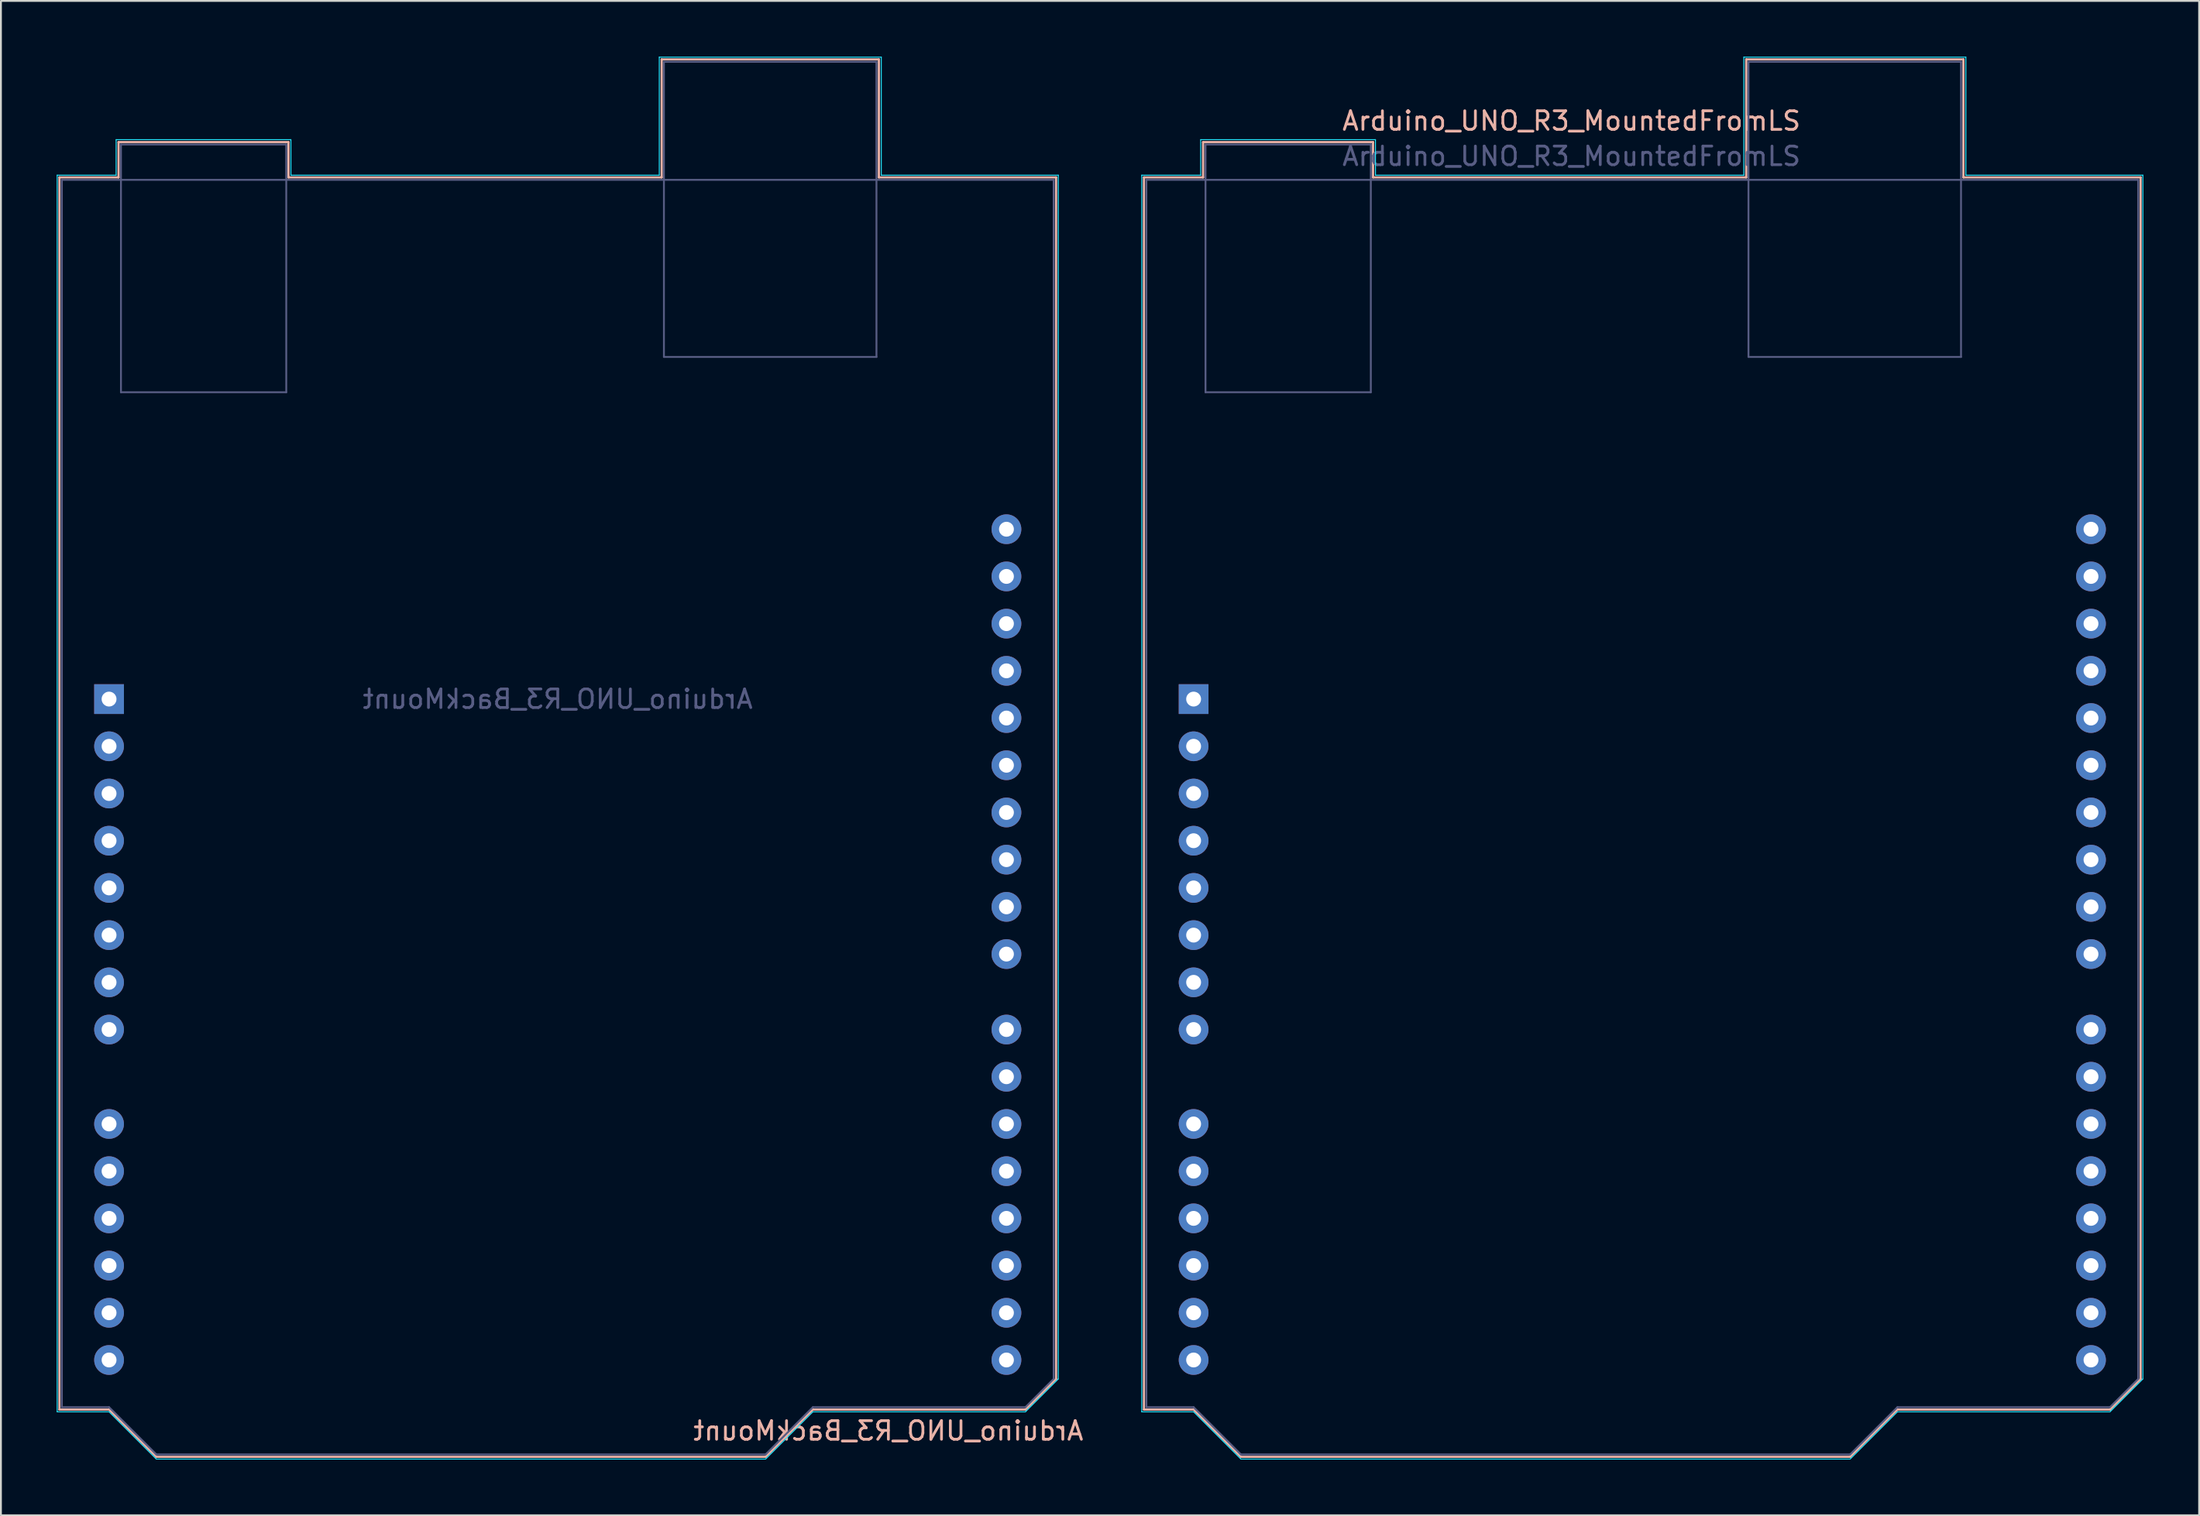
<source format=kicad_pcb>
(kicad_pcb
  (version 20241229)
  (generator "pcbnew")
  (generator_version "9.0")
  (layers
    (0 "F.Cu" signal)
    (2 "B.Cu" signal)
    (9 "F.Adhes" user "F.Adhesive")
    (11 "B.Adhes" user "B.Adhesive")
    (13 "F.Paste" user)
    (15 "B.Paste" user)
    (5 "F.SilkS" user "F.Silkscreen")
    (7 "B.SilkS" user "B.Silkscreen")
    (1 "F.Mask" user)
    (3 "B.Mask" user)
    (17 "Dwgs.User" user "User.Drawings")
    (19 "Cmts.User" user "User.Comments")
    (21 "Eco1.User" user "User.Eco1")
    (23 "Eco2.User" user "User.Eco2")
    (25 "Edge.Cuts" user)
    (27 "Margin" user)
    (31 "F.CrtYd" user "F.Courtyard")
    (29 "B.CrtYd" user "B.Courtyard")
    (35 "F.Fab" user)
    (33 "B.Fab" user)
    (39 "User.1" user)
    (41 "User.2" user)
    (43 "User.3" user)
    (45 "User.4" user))
  (footprint "Arduino_UNO_R3_BackMount"
    (layer "F.Cu")
    (at 2.815 34.565)
    (property "Reference" "Arduino_UNO_R3_BackMount" (at 41.91 39.37 0) (layer "B.SilkS") (effects (font (size 1 1) (thickness 0.15)) (justify mirror)))
    (attr through_hole)
    (fp_line (start -2.67 -28.07) (end 0.51 -28.07) (stroke (width 0.12) (type solid)) (layer "B.SilkS"))
    (fp_line (start -2.67 38.23) (end -2.67 -28.07) (stroke (width 0.12) (type solid)) (layer "B.SilkS"))
    (fp_line (start 0 38.23) (end -2.67 38.23) (stroke (width 0.12) (type solid)) (layer "B.SilkS"))
    (fp_line (start 0.51 -29.97) (end 9.65 -29.97) (stroke (width 0.12) (type solid)) (layer "B.SilkS"))
    (fp_line (start 0.51 -28.07) (end 0.51 -29.97) (stroke (width 0.12) (type solid)) (layer "B.SilkS"))
    (fp_line (start 2.54 40.77) (end 0 38.23) (stroke (width 0.12) (type solid)) (layer "B.SilkS"))
    (fp_line (start 9.65 -29.97) (end 9.65 -28.07) (stroke (width 0.12) (type solid)) (layer "B.SilkS"))
    (fp_line (start 9.65 -28.07) (end 29.72 -28.07) (stroke (width 0.12) (type solid)) (layer "B.SilkS"))
    (fp_line (start 29.72 -34.42) (end 41.4 -34.42) (stroke (width 0.12) (type solid)) (layer "B.SilkS"))
    (fp_line (start 29.72 -28.07) (end 29.72 -34.42) (stroke (width 0.12) (type solid)) (layer "B.SilkS"))
    (fp_line (start 35.31 40.77) (end 2.54 40.77) (stroke (width 0.12) (type solid)) (layer "B.SilkS"))
    (fp_line (start 37.85 38.23) (end 35.31 40.77) (stroke (width 0.12) (type solid)) (layer "B.SilkS"))
    (fp_line (start 41.4 -34.42) (end 41.4 -28.07) (stroke (width 0.12) (type solid)) (layer "B.SilkS"))
    (fp_line (start 41.4 -28.07) (end 50.93 -28.07) (stroke (width 0.12) (type solid)) (layer "B.SilkS"))
    (fp_line (start 49.28 38.23) (end 37.85 38.23) (stroke (width 0.12) (type solid)) (layer "B.SilkS"))
    (fp_line (start 50.93 -28.07) (end 50.93 36.58) (stroke (width 0.12) (type solid)) (layer "B.SilkS"))
    (fp_line (start 50.93 36.58) (end 49.28 38.23) (stroke (width 0.12) (type solid)) (layer "B.SilkS"))
    (fp_line (start -2.79 -28.19) (end -2.79 38.35) (stroke (width 0.05) (type solid)) (layer "B.CrtYd"))
    (fp_line (start -2.79 38.35) (end 0 38.35) (stroke (width 0.05) (type solid)) (layer "B.CrtYd"))
    (fp_line (start 0 38.35) (end 2.54 40.89) (stroke (width 0.05) (type solid)) (layer "B.CrtYd"))
    (fp_line (start 0.38 -30.1) (end 0.38 -28.19) (stroke (width 0.05) (type solid)) (layer "B.CrtYd"))
    (fp_line (start 0.38 -28.19) (end -2.79 -28.19) (stroke (width 0.05) (type solid)) (layer "B.CrtYd"))
    (fp_line (start 2.54 40.89) (end 35.31 40.89) (stroke (width 0.05) (type solid)) (layer "B.CrtYd"))
    (fp_line (start 9.78 -30.1) (end 0.38 -30.1) (stroke (width 0.05) (type solid)) (layer "B.CrtYd"))
    (fp_line (start 9.78 -28.19) (end 9.78 -30.1) (stroke (width 0.05) (type solid)) (layer "B.CrtYd"))
    (fp_line (start 29.59 -34.54) (end 29.59 -28.19) (stroke (width 0.05) (type solid)) (layer "B.CrtYd"))
    (fp_line (start 29.59 -28.19) (end 9.78 -28.19) (stroke (width 0.05) (type solid)) (layer "B.CrtYd"))
    (fp_line (start 35.31 40.89) (end 37.85 38.35) (stroke (width 0.05) (type solid)) (layer "B.CrtYd"))
    (fp_line (start 37.85 38.35) (end 49.28 38.35) (stroke (width 0.05) (type solid)) (layer "B.CrtYd"))
    (fp_line (start 41.53 -34.54) (end 29.59 -34.54) (stroke (width 0.05) (type solid)) (layer "B.CrtYd"))
    (fp_line (start 41.53 -28.19) (end 41.53 -34.54) (stroke (width 0.05) (type solid)) (layer "B.CrtYd"))
    (fp_line (start 49.28 38.35) (end 51.05 36.58) (stroke (width 0.05) (type solid)) (layer "B.CrtYd"))
    (fp_line (start 51.05 -28.19) (end 41.53 -28.19) (stroke (width 0.05) (type solid)) (layer "B.CrtYd"))
    (fp_line (start 51.05 36.58) (end 51.05 -28.19) (stroke (width 0.05) (type solid)) (layer "B.CrtYd"))
    (fp_line (start -2.54 -27.94) (end -2.54 38.1) (stroke (width 0.1) (type solid)) (layer "B.Fab"))
    (fp_line (start -2.54 38.1) (end 0 38.1) (stroke (width 0.1) (type solid)) (layer "B.Fab"))
    (fp_line (start 0 38.1) (end 2.54 40.64) (stroke (width 0.1) (type solid)) (layer "B.Fab"))
    (fp_line (start 0.64 -29.84) (end 0.64 -16.51) (stroke (width 0.1) (type solid)) (layer "B.Fab"))
    (fp_line (start 0.64 -16.51) (end 9.53 -16.51) (stroke (width 0.1) (type solid)) (layer "B.Fab"))
    (fp_line (start 2.54 40.64) (end 35.31 40.64) (stroke (width 0.1) (type solid)) (layer "B.Fab"))
    (fp_line (start 9.53 -29.84) (end 0.64 -29.84) (stroke (width 0.1) (type solid)) (layer "B.Fab"))
    (fp_line (start 9.53 -16.51) (end 9.53 -29.84) (stroke (width 0.1) (type solid)) (layer "B.Fab"))
    (fp_line (start 29.84 -34.29) (end 29.84 -18.41) (stroke (width 0.1) (type solid)) (layer "B.Fab"))
    (fp_line (start 29.84 -18.41) (end 41.27 -18.41) (stroke (width 0.1) (type solid)) (layer "B.Fab"))
    (fp_line (start 35.31 40.64) (end 37.85 38.1) (stroke (width 0.1) (type solid)) (layer "B.Fab"))
    (fp_line (start 37.85 38.1) (end 49.28 38.1) (stroke (width 0.1) (type solid)) (layer "B.Fab"))
    (fp_line (start 41.27 -34.29) (end 29.84 -34.29) (stroke (width 0.1) (type solid)) (layer "B.Fab"))
    (fp_line (start 41.27 -18.41) (end 41.27 -34.29) (stroke (width 0.1) (type solid)) (layer "B.Fab"))
    (fp_line (start 49.28 38.1) (end 50.8 36.58) (stroke (width 0.1) (type solid)) (layer "B.Fab"))
    (fp_line (start 50.8 -27.94) (end -2.54 -27.94) (stroke (width 0.1) (type solid)) (layer "B.Fab"))
    (fp_line (start 50.8 36.58) (end 50.8 -27.94) (stroke (width 0.1) (type solid)) (layer "B.Fab"))
    (fp_text user "${REFERENCE}" (at 24.13 0 0) (layer "B.Fab") (effects (font (size 1 1) (thickness 0.15)) (justify mirror)))
    (pad "1" thru_hole rect (at 0 0) (size 1.6 1.6) (drill 0.8) (layers "*.Cu" "*.Mask"))
    (pad "2" thru_hole oval (at 0 2.54) (size 1.6 1.6) (drill 0.8) (layers "*.Cu" "*.Mask"))
    (pad "3" thru_hole oval (at 0 5.08) (size 1.6 1.6) (drill 0.8) (layers "*.Cu" "*.Mask"))
    (pad "4" thru_hole oval (at 0 7.62) (size 1.6 1.6) (drill 0.8) (layers "*.Cu" "*.Mask"))
    (pad "5" thru_hole oval (at 0 10.16) (size 1.6 1.6) (drill 0.8) (layers "*.Cu" "*.Mask"))
    (pad "6" thru_hole oval (at 0 12.7) (size 1.6 1.6) (drill 0.8) (layers "*.Cu" "*.Mask"))
    (pad "7" thru_hole oval (at 0 15.24) (size 1.6 1.6) (drill 0.8) (layers "*.Cu" "*.Mask"))
    (pad "8" thru_hole oval (at 0 17.78) (size 1.6 1.6) (drill 0.8) (layers "*.Cu" "*.Mask"))
    (pad "9" thru_hole oval (at 0 22.86) (size 1.6 1.6) (drill 0.8) (layers "*.Cu" "*.Mask"))
    (pad "10" thru_hole oval (at 0 25.4) (size 1.6 1.6) (drill 0.8) (layers "*.Cu" "*.Mask"))
    (pad "11" thru_hole oval (at 0 27.94) (size 1.6 1.6) (drill 0.8) (layers "*.Cu" "*.Mask"))
    (pad "12" thru_hole oval (at 0 30.48) (size 1.6 1.6) (drill 0.8) (layers "*.Cu" "*.Mask"))
    (pad "13" thru_hole oval (at 0 33.02) (size 1.6 1.6) (drill 0.8) (layers "*.Cu" "*.Mask"))
    (pad "14" thru_hole oval (at 0 35.56) (size 1.6 1.6) (drill 0.8) (layers "*.Cu" "*.Mask"))
    (pad "15" thru_hole oval (at 48.26 35.56) (size 1.6 1.6) (drill 0.8) (layers "*.Cu" "*.Mask"))
    (pad "16" thru_hole oval (at 48.26 33.02) (size 1.6 1.6) (drill 0.8) (layers "*.Cu" "*.Mask"))
    (pad "17" thru_hole oval (at 48.26 30.48) (size 1.6 1.6) (drill 0.8) (layers "*.Cu" "*.Mask"))
    (pad "18" thru_hole oval (at 48.26 27.94) (size 1.6 1.6) (drill 0.8) (layers "*.Cu" "*.Mask"))
    (pad "19" thru_hole oval (at 48.26 25.4) (size 1.6 1.6) (drill 0.8) (layers "*.Cu" "*.Mask"))
    (pad "20" thru_hole oval (at 48.26 22.86) (size 1.6 1.6) (drill 0.8) (layers "*.Cu" "*.Mask"))
    (pad "21" thru_hole oval (at 48.26 20.32) (size 1.6 1.6) (drill 0.8) (layers "*.Cu" "*.Mask"))
    (pad "22" thru_hole oval (at 48.26 17.78) (size 1.6 1.6) (drill 0.8) (layers "*.Cu" "*.Mask"))
    (pad "23" thru_hole oval (at 48.26 13.72) (size 1.6 1.6) (drill 0.8) (layers "*.Cu" "*.Mask"))
    (pad "24" thru_hole oval (at 48.26 11.18) (size 1.6 1.6) (drill 0.8) (layers "*.Cu" "*.Mask"))
    (pad "25" thru_hole oval (at 48.26 8.64) (size 1.6 1.6) (drill 0.8) (layers "*.Cu" "*.Mask"))
    (pad "26" thru_hole oval (at 48.26 6.1) (size 1.6 1.6) (drill 0.8) (layers "*.Cu" "*.Mask"))
    (pad "27" thru_hole oval (at 48.26 3.56) (size 1.6 1.6) (drill 0.8) (layers "*.Cu" "*.Mask"))
    (pad "28" thru_hole oval (at 48.26 1.02) (size 1.6 1.6) (drill 0.8) (layers "*.Cu" "*.Mask"))
    (pad "29" thru_hole oval (at 48.26 -1.52) (size 1.6 1.6) (drill 0.8) (layers "*.Cu" "*.Mask"))
    (pad "30" thru_hole oval (at 48.26 -4.06) (size 1.6 1.6) (drill 0.8) (layers "*.Cu" "*.Mask"))
    (pad "31" thru_hole oval (at 48.26 -6.6) (size 1.6 1.6) (drill 0.8) (layers "*.Cu" "*.Mask"))
    (pad "32" thru_hole oval (at 48.26 -9.14) (size 1.6 1.6) (drill 0.8) (layers "*.Cu" "*.Mask")))
  (footprint "Arduino_UNO_R3_MountedFromLS"
    (layer "F.Cu")
    (at 61.141 34.565)
    (property "Reference" "Arduino_UNO_R3_MountedFromLS" (at 20.32 -31.11 0) (layer "B.SilkS") (effects (font (size 1 1) (thickness 0.15))))
    (attr through_hole)
    (fp_line (start -2.67 -28.07) (end 0.51 -28.07) (stroke (width 0.12) (type solid)) (layer "B.SilkS"))
    (fp_line (start -2.67 38.23) (end -2.67 -28.07) (stroke (width 0.12) (type solid)) (layer "B.SilkS"))
    (fp_line (start 0 38.23) (end -2.67 38.23) (stroke (width 0.12) (type solid)) (layer "B.SilkS"))
    (fp_line (start 0.51 -29.97) (end 9.65 -29.97) (stroke (width 0.12) (type solid)) (layer "B.SilkS"))
    (fp_line (start 0.51 -28.07) (end 0.51 -29.97) (stroke (width 0.12) (type solid)) (layer "B.SilkS"))
    (fp_line (start 2.54 40.77) (end 0 38.23) (stroke (width 0.12) (type solid)) (layer "B.SilkS"))
    (fp_line (start 9.65 -29.97) (end 9.65 -28.07) (stroke (width 0.12) (type solid)) (layer "B.SilkS"))
    (fp_line (start 9.65 -28.07) (end 29.72 -28.07) (stroke (width 0.12) (type solid)) (layer "B.SilkS"))
    (fp_line (start 29.72 -34.42) (end 41.4 -34.42) (stroke (width 0.12) (type solid)) (layer "B.SilkS"))
    (fp_line (start 29.72 -28.07) (end 29.72 -34.42) (stroke (width 0.12) (type solid)) (layer "B.SilkS"))
    (fp_line (start 35.31 40.77) (end 2.54 40.77) (stroke (width 0.12) (type solid)) (layer "B.SilkS"))
    (fp_line (start 37.85 38.23) (end 35.31 40.77) (stroke (width 0.12) (type solid)) (layer "B.SilkS"))
    (fp_line (start 41.4 -34.42) (end 41.4 -28.07) (stroke (width 0.12) (type solid)) (layer "B.SilkS"))
    (fp_line (start 41.4 -28.07) (end 50.93 -28.07) (stroke (width 0.12) (type solid)) (layer "B.SilkS"))
    (fp_line (start 49.28 38.23) (end 37.85 38.23) (stroke (width 0.12) (type solid)) (layer "B.SilkS"))
    (fp_line (start 50.93 -28.07) (end 50.93 36.58) (stroke (width 0.12) (type solid)) (layer "B.SilkS"))
    (fp_line (start 50.93 36.58) (end 49.28 38.23) (stroke (width 0.12) (type solid)) (layer "B.SilkS"))
    (fp_line (start -2.79 -28.19) (end -2.79 38.35) (stroke (width 0.05) (type solid)) (layer "B.CrtYd"))
    (fp_line (start -2.79 38.35) (end 0 38.35) (stroke (width 0.05) (type solid)) (layer "B.CrtYd"))
    (fp_line (start 0 38.35) (end 2.54 40.89) (stroke (width 0.05) (type solid)) (layer "B.CrtYd"))
    (fp_line (start 0.38 -30.1) (end 0.38 -28.19) (stroke (width 0.05) (type solid)) (layer "B.CrtYd"))
    (fp_line (start 0.38 -28.19) (end -2.79 -28.19) (stroke (width 0.05) (type solid)) (layer "B.CrtYd"))
    (fp_line (start 2.54 40.89) (end 35.31 40.89) (stroke (width 0.05) (type solid)) (layer "B.CrtYd"))
    (fp_line (start 9.78 -30.1) (end 0.38 -30.1) (stroke (width 0.05) (type solid)) (layer "B.CrtYd"))
    (fp_line (start 9.78 -28.19) (end 9.78 -30.1) (stroke (width 0.05) (type solid)) (layer "B.CrtYd"))
    (fp_line (start 29.59 -34.54) (end 29.59 -28.19) (stroke (width 0.05) (type solid)) (layer "B.CrtYd"))
    (fp_line (start 29.59 -28.19) (end 9.78 -28.19) (stroke (width 0.05) (type solid)) (layer "B.CrtYd"))
    (fp_line (start 35.31 40.89) (end 37.85 38.35) (stroke (width 0.05) (type solid)) (layer "B.CrtYd"))
    (fp_line (start 37.85 38.35) (end 49.28 38.35) (stroke (width 0.05) (type solid)) (layer "B.CrtYd"))
    (fp_line (start 41.53 -34.54) (end 29.59 -34.54) (stroke (width 0.05) (type solid)) (layer "B.CrtYd"))
    (fp_line (start 41.53 -28.19) (end 41.53 -34.54) (stroke (width 0.05) (type solid)) (layer "B.CrtYd"))
    (fp_line (start 49.28 38.35) (end 51.05 36.58) (stroke (width 0.05) (type solid)) (layer "B.CrtYd"))
    (fp_line (start 51.05 -28.19) (end 41.53 -28.19) (stroke (width 0.05) (type solid)) (layer "B.CrtYd"))
    (fp_line (start 51.05 36.58) (end 51.05 -28.19) (stroke (width 0.05) (type solid)) (layer "B.CrtYd"))
    (fp_line (start -2.54 -27.94) (end -2.54 38.1) (stroke (width 0.1) (type solid)) (layer "B.Fab"))
    (fp_line (start -2.54 38.1) (end 0 38.1) (stroke (width 0.1) (type solid)) (layer "B.Fab"))
    (fp_line (start 0 38.1) (end 2.54 40.64) (stroke (width 0.1) (type solid)) (layer "B.Fab"))
    (fp_line (start 0.64 -29.84) (end 0.64 -16.51) (stroke (width 0.1) (type solid)) (layer "B.Fab"))
    (fp_line (start 0.64 -16.51) (end 9.53 -16.51) (stroke (width 0.1) (type solid)) (layer "B.Fab"))
    (fp_line (start 2.54 40.64) (end 35.31 40.64) (stroke (width 0.1) (type solid)) (layer "B.Fab"))
    (fp_line (start 9.53 -29.84) (end 0.64 -29.84) (stroke (width 0.1) (type solid)) (layer "B.Fab"))
    (fp_line (start 9.53 -16.51) (end 9.53 -29.84) (stroke (width 0.1) (type solid)) (layer "B.Fab"))
    (fp_line (start 29.84 -34.29) (end 29.84 -18.41) (stroke (width 0.1) (type solid)) (layer "B.Fab"))
    (fp_line (start 29.84 -18.41) (end 41.27 -18.41) (stroke (width 0.1) (type solid)) (layer "B.Fab"))
    (fp_line (start 35.31 40.64) (end 37.85 38.1) (stroke (width 0.1) (type solid)) (layer "B.Fab"))
    (fp_line (start 37.85 38.1) (end 49.28 38.1) (stroke (width 0.1) (type solid)) (layer "B.Fab"))
    (fp_line (start 41.27 -34.29) (end 29.84 -34.29) (stroke (width 0.1) (type solid)) (layer "B.Fab"))
    (fp_line (start 41.27 -18.41) (end 41.27 -34.29) (stroke (width 0.1) (type solid)) (layer "B.Fab"))
    (fp_line (start 49.28 38.1) (end 50.8 36.58) (stroke (width 0.1) (type solid)) (layer "B.Fab"))
    (fp_line (start 50.8 -27.94) (end -2.54 -27.94) (stroke (width 0.1) (type solid)) (layer "B.Fab"))
    (fp_line (start 50.8 36.58) (end 50.8 -27.94) (stroke (width 0.1) (type solid)) (layer "B.Fab"))
    (fp_text user "${REFERENCE}" (at 20.32 -29.21 0) (layer "B.Fab") (effects (font (size 1 1) (thickness 0.15))))
    (pad "1" thru_hole rect (at 0 0) (size 1.6 1.6) (drill 0.8) (layers "*.Cu" "*.Mask"))
    (pad "2" thru_hole oval (at 0 2.54) (size 1.6 1.6) (drill 0.8) (layers "*.Cu" "*.Mask"))
    (pad "3" thru_hole oval (at 0 5.08) (size 1.6 1.6) (drill 0.8) (layers "*.Cu" "*.Mask"))
    (pad "4" thru_hole oval (at 0 7.62) (size 1.6 1.6) (drill 0.8) (layers "*.Cu" "*.Mask"))
    (pad "5" thru_hole oval (at 0 10.16) (size 1.6 1.6) (drill 0.8) (layers "*.Cu" "*.Mask"))
    (pad "6" thru_hole oval (at 0 12.7) (size 1.6 1.6) (drill 0.8) (layers "*.Cu" "*.Mask"))
    (pad "7" thru_hole oval (at 0 15.24) (size 1.6 1.6) (drill 0.8) (layers "*.Cu" "*.Mask"))
    (pad "8" thru_hole oval (at 0 17.78) (size 1.6 1.6) (drill 0.8) (layers "*.Cu" "*.Mask"))
    (pad "9" thru_hole oval (at 0 22.86) (size 1.6 1.6) (drill 0.8) (layers "*.Cu" "*.Mask"))
    (pad "10" thru_hole oval (at 0 25.4) (size 1.6 1.6) (drill 0.8) (layers "*.Cu" "*.Mask"))
    (pad "11" thru_hole oval (at 0 27.94) (size 1.6 1.6) (drill 0.8) (layers "*.Cu" "*.Mask"))
    (pad "12" thru_hole oval (at 0 30.48) (size 1.6 1.6) (drill 0.8) (layers "*.Cu" "*.Mask"))
    (pad "13" thru_hole oval (at 0 33.02) (size 1.6 1.6) (drill 0.8) (layers "*.Cu" "*.Mask"))
    (pad "14" thru_hole oval (at 0 35.56) (size 1.6 1.6) (drill 0.8) (layers "*.Cu" "*.Mask"))
    (pad "15" thru_hole oval (at 48.26 35.56) (size 1.6 1.6) (drill 0.8) (layers "*.Cu" "*.Mask"))
    (pad "16" thru_hole oval (at 48.26 33.02) (size 1.6 1.6) (drill 0.8) (layers "*.Cu" "*.Mask"))
    (pad "17" thru_hole oval (at 48.26 30.48) (size 1.6 1.6) (drill 0.8) (layers "*.Cu" "*.Mask"))
    (pad "18" thru_hole oval (at 48.26 27.94) (size 1.6 1.6) (drill 0.8) (layers "*.Cu" "*.Mask"))
    (pad "19" thru_hole oval (at 48.26 25.4) (size 1.6 1.6) (drill 0.8) (layers "*.Cu" "*.Mask"))
    (pad "20" thru_hole oval (at 48.26 22.86) (size 1.6 1.6) (drill 0.8) (layers "*.Cu" "*.Mask"))
    (pad "21" thru_hole oval (at 48.26 20.32) (size 1.6 1.6) (drill 0.8) (layers "*.Cu" "*.Mask"))
    (pad "22" thru_hole oval (at 48.26 17.78) (size 1.6 1.6) (drill 0.8) (layers "*.Cu" "*.Mask"))
    (pad "23" thru_hole oval (at 48.26 13.72) (size 1.6 1.6) (drill 0.8) (layers "*.Cu" "*.Mask"))
    (pad "24" thru_hole oval (at 48.26 11.18) (size 1.6 1.6) (drill 0.8) (layers "*.Cu" "*.Mask"))
    (pad "25" thru_hole oval (at 48.26 8.64) (size 1.6 1.6) (drill 0.8) (layers "*.Cu" "*.Mask"))
    (pad "26" thru_hole oval (at 48.26 6.1) (size 1.6 1.6) (drill 0.8) (layers "*.Cu" "*.Mask"))
    (pad "27" thru_hole oval (at 48.26 3.56) (size 1.6 1.6) (drill 0.8) (layers "*.Cu" "*.Mask"))
    (pad "28" thru_hole oval (at 48.26 1.02) (size 1.6 1.6) (drill 0.8) (layers "*.Cu" "*.Mask"))
    (pad "29" thru_hole oval (at 48.26 -6.6) (size 1.6 1.6) (drill 0.8) (layers "*.Cu" "*.Mask"))
    (pad "29" thru_hole oval (at 48.26 -1.52) (size 1.6 1.6) (drill 0.8) (layers "*.Cu" "*.Mask"))
    (pad "30" thru_hole oval (at 48.26 -9.14) (size 1.6 1.6) (drill 0.8) (layers "*.Cu" "*.Mask"))
    (pad "30" thru_hole oval (at 48.26 -4.06) (size 1.6 1.6) (drill 0.8) (layers "*.Cu" "*.Mask")))
  (gr_rect
    (start -3 -3)
    (end 115.216 78.48)
    (stroke (width 0.1) (type default))
    (fill no)
    (layer "Edge.Cuts")))
</source>
